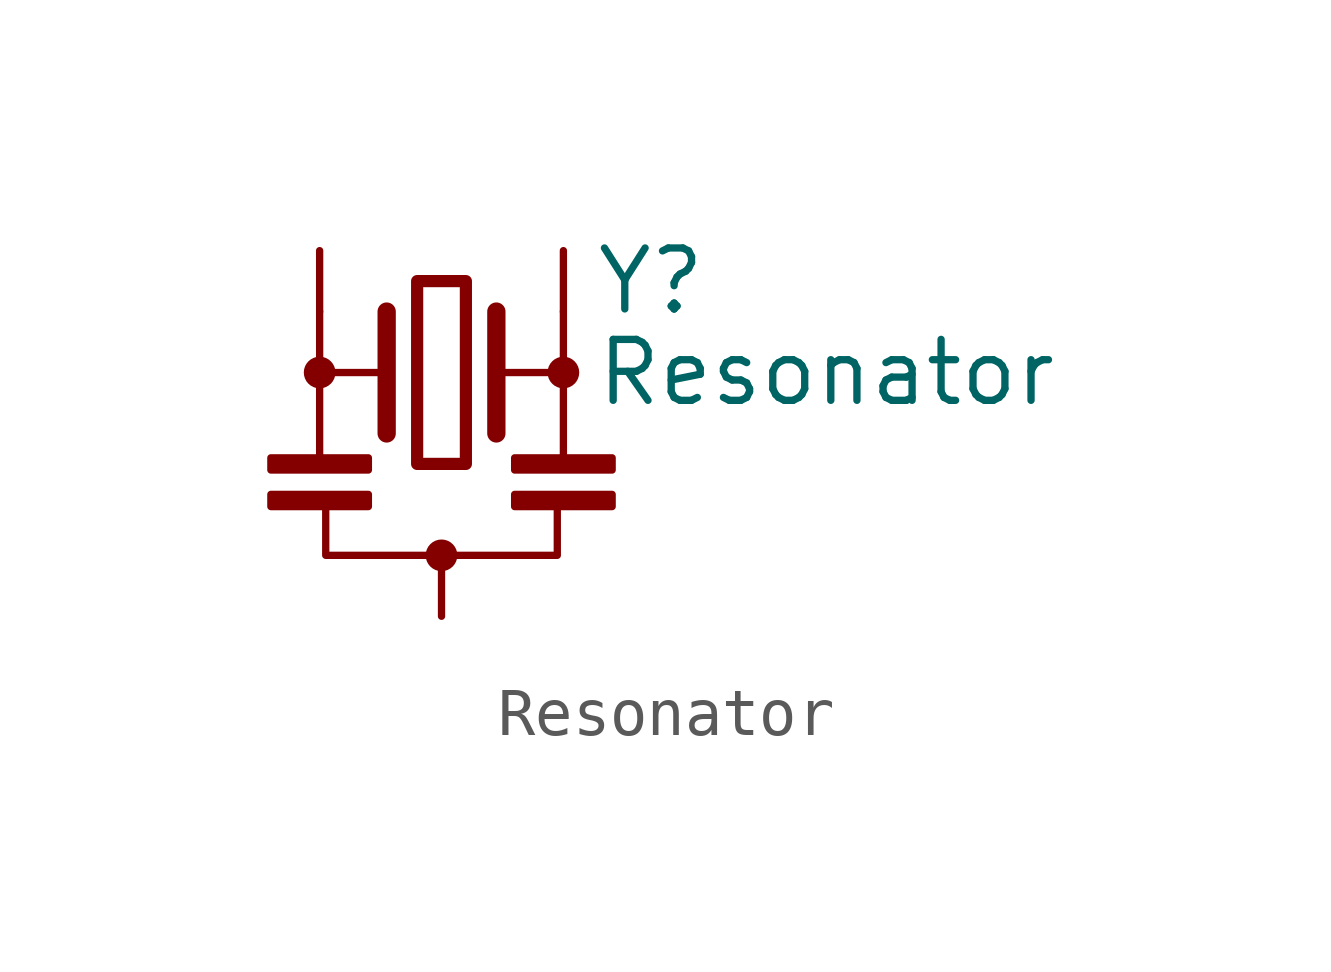
<source format=kicad_sym>
(kicad_symbol_lib
  (version 20231120)
  (generator "kicad_symbol_editor")
  (generator_version "8.0")
  (symbol "Resonator"
    (pin_numbers hide)
    (pin_names
      (offset 1.016) hide)
    (property "Reference" "Y"
      (at 3.175 1.905 0)
      (effects (font (size 1.27 1.27)) (justify left)))
    (property "Value" "Resonator"
      (at 3.175 0 0)
      (effects (font (size 1.27 1.27)) (justify left)))
    (symbol "Resonator_0_1"
      (rectangle (start -3.556 -2.54) (end -1.524 -2.794) (stroke (width 0) (type default)) (fill (type outline)))
      (rectangle (start -3.556 -1.778) (end -1.524 -2.032) (stroke (width 0) (type default)) (fill (type outline)))
      (circle (center -2.54 0) (radius 0.254) (stroke (width 0) (type default)) (fill (type outline)))
      (rectangle (start -0.508 1.905) (end 0.508 -1.905) (stroke (width 0.254) (type default)) (fill (type none)))
      (circle (center 0 -3.81) (radius 0.254) (stroke (width 0) (type default)) (fill (type outline)))
      (polyline (pts (xy -2.54 -1.778) (xy -2.54 0)) (stroke (width 0) (type default)) (fill (type none)))
      (polyline (pts (xy -2.54 0) (xy -1.143 0)) (stroke (width 0) (type default)) (fill (type none)))
      (polyline (pts (xy -2.54 1.27) (xy -2.54 0)) (stroke (width 0) (type default)) (fill (type none)))
      (polyline (pts (xy -1.143 -1.27) (xy -1.143 1.27)) (stroke (width 0.381) (type default)) (fill (type none)))
      (polyline (pts (xy 1.143 -1.27) (xy 1.143 1.27)) (stroke (width 0.381) (type default)) (fill (type none)))
      (polyline (pts (xy 1.143 0) (xy 2.54 0)) (stroke (width 0) (type default)) (fill (type none)))
      (polyline (pts (xy 2.54 0) (xy 2.54 -1.778)) (stroke (width 0) (type default)) (fill (type none)))
      (polyline (pts (xy 2.54 1.27) (xy 2.54 0)) (stroke (width 0) (type default)) (fill (type none)))
      (polyline (pts (xy 2.413 -2.794) (xy 2.413 -3.81) (xy -2.413 -3.81) (xy -2.413 -2.667)) (stroke (width 0) (type default)) (fill (type none)))
      (rectangle (start 1.524 -2.54) (end 3.556 -2.794) (stroke (width 0) (type default)) (fill (type outline)))
      (rectangle (start 1.524 -1.778) (end 3.556 -2.032) (stroke (width 0) (type default)) (fill (type outline)))
      (circle (center 2.54 0) (radius 0.254) (stroke (width 0) (type default)) (fill (type outline))))
    (symbol "Resonator_1_1"
      (pin passive line (at -2.54 2.54 270) (length 1.27) (name "1" (effects (font (size 1.27 1.27)))) (number "1" (effects (font (size 1.27 1.27)))))
      (pin passive line (at 0 -5.08 90) (length 1.27) (name "2" (effects (font (size 1.27 1.27)))) (number "2" (effects (font (size 1.27 1.27)))))
      (pin passive line (at 2.54 2.54 270) (length 1.27) (name "3" (effects (font (size 1.27 1.27)))) (number "3" (effects (font (size 1.27 1.27))))))))
</source>
